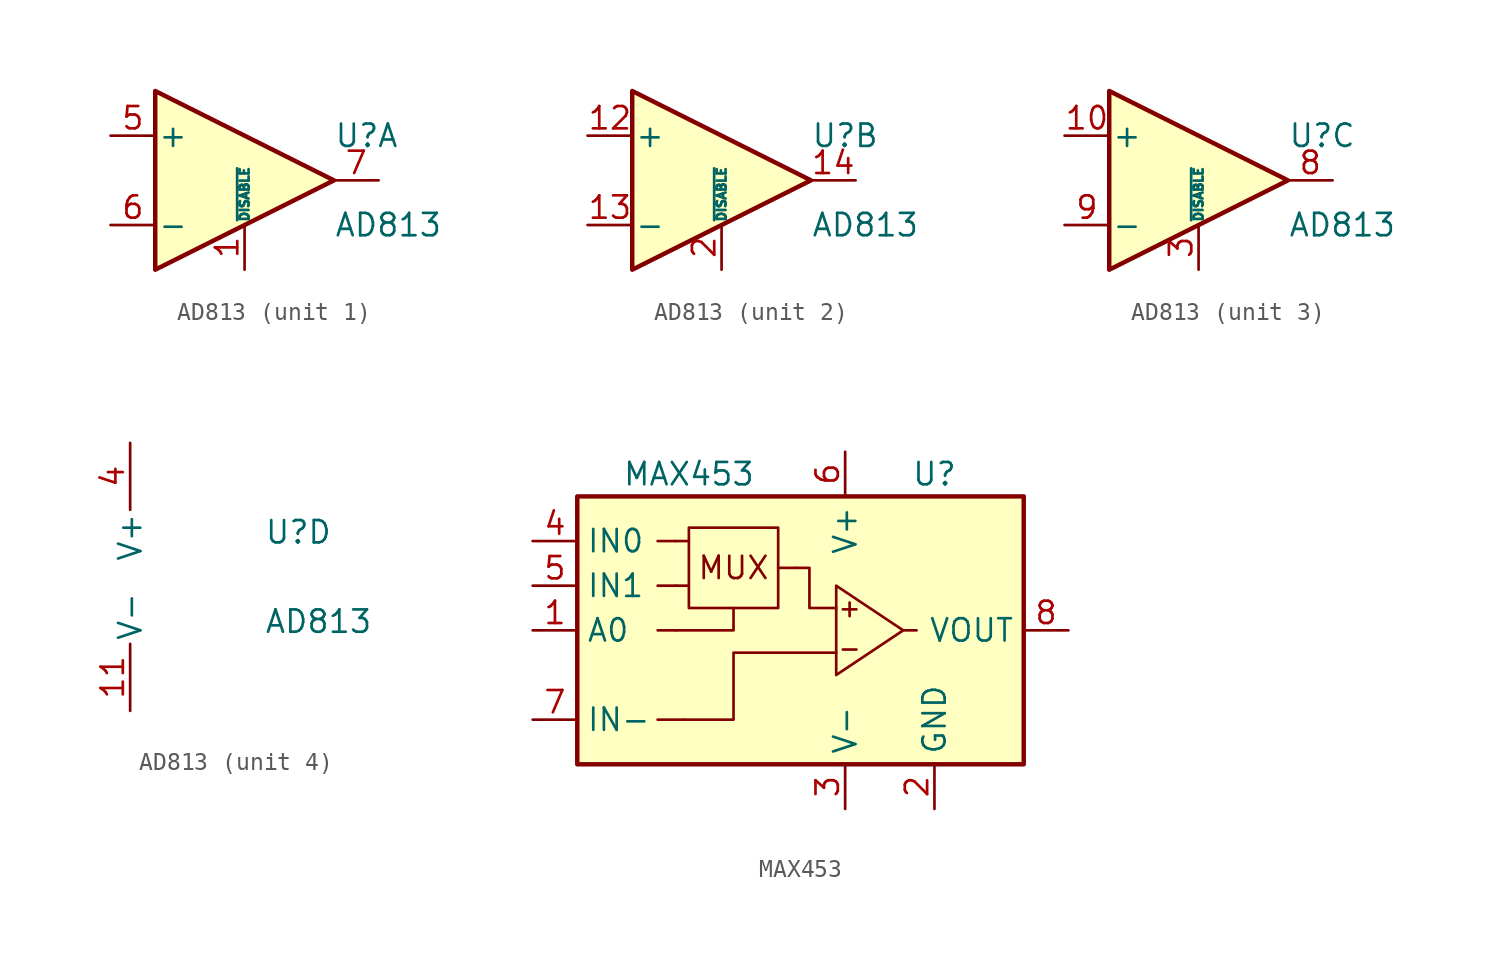
<source format=kicad_sym>
(kicad_symbol_lib
  (version 20241209)
  (generator "kicad_symbol_editor")
  (generator_version "9.0")
  (symbol "AD813"
    (pin_names
      (offset 0.127))
    (property "Reference" "U"
      (at 5.08 2.54 0)
      (effects (font (size 1.27 1.27)) (justify left)))
    (property "Value" "AD813"
      (at 5.08 -2.54 0)
      (effects (font (size 1.27 1.27)) (justify left)))
    (property "ki_locked" ""
      (at 0 0 0)
      (effects (font (size 1.27 1.27))))
    (symbol "AD813_1_1"
      (polyline (pts (xy 5.08 0) (xy -5.08 5.08) (xy -5.08 -5.08) (xy 5.08 0)) (stroke (width 0.254) (type default)) (fill (type background)))
      (pin input line (at -7.62 2.54 0) (length 2.54) (name "+" (effects (font (size 1.27 1.27)))) (number "5" (effects (font (size 1.27 1.27)))))
      (pin input line (at -7.62 -2.54 0) (length 2.54) (name "-" (effects (font (size 1.27 1.27)))) (number "6" (effects (font (size 1.27 1.27)))))
      (pin input line (at 0 -5.08 90) (length 2.54) (name "~{DISABLE}" (effects (font (size 0.508 0.508)))) (number "1" (effects (font (size 1.27 1.27)))))
      (pin output line (at 7.62 0 180) (length 2.54) (name "~" (effects (font (size 1.27 1.27)))) (number "7" (effects (font (size 1.27 1.27))))))
    (symbol "AD813_2_1"
      (polyline (pts (xy 5.08 0) (xy -5.08 5.08) (xy -5.08 -5.08) (xy 5.08 0)) (stroke (width 0.254) (type default)) (fill (type background)))
      (pin input line (at -7.62 2.54 0) (length 2.54) (name "+" (effects (font (size 1.27 1.27)))) (number "12" (effects (font (size 1.27 1.27)))))
      (pin input line (at -7.62 -2.54 0) (length 2.54) (name "-" (effects (font (size 1.27 1.27)))) (number "13" (effects (font (size 1.27 1.27)))))
      (pin input line (at 0 -5.08 90) (length 2.54) (name "~{DISABLE}" (effects (font (size 0.508 0.508)))) (number "2" (effects (font (size 1.27 1.27)))))
      (pin output line (at 7.62 0 180) (length 2.54) (name "~" (effects (font (size 1.27 1.27)))) (number "14" (effects (font (size 1.27 1.27))))))
    (symbol "AD813_3_1"
      (polyline (pts (xy 5.08 0) (xy -5.08 5.08) (xy -5.08 -5.08) (xy 5.08 0)) (stroke (width 0.254) (type default)) (fill (type background)))
      (pin input line (at -7.62 2.54 0) (length 2.54) (name "+" (effects (font (size 1.27 1.27)))) (number "10" (effects (font (size 1.27 1.27)))))
      (pin input line (at -7.62 -2.54 0) (length 2.54) (name "-" (effects (font (size 1.27 1.27)))) (number "9" (effects (font (size 1.27 1.27)))))
      (pin input line (at 0 -5.08 90) (length 2.54) (name "~{DISABLE}" (effects (font (size 0.508 0.508)))) (number "3" (effects (font (size 1.27 1.27)))))
      (pin output line (at 7.62 0 180) (length 2.54) (name "~" (effects (font (size 1.27 1.27)))) (number "8" (effects (font (size 1.27 1.27))))))
    (symbol "AD813_4_1"
      (pin power_in line (at -2.54 7.62 270) (length 3.81) (name "V+" (effects (font (size 1.27 1.27)))) (number "4" (effects (font (size 1.27 1.27)))))
      (pin power_in line (at -2.54 -7.62 90) (length 3.81) (name "V-" (effects (font (size 1.27 1.27)))) (number "11" (effects (font (size 1.27 1.27)))))))
  (symbol "MAX453"
    (property "Reference" "U"
      (at 7.62 8.89 0)
      (effects (font (size 1.27 1.27))))
    (property "Value" "MAX453"
      (at -6.35 8.89 0)
      (effects (font (size 1.27 1.27))))
    (symbol "MAX453_0_0"
      (rectangle (start -12.7 7.62) (end 12.7 -7.62) (stroke (width 0.254) (type default)) (fill (type background)))
      (rectangle (start -6.35 5.842) (end -1.27 1.27) (stroke (width 0) (type default)) (fill (type none)))
      (polyline (pts (xy -6.35 5.08) (xy -7.112 5.08)) (stroke (width 0) (type default)) (fill (type none)))
      (polyline (pts (xy -6.35 2.54) (xy -7.112 2.54)) (stroke (width 0) (type default)) (fill (type none)))
      (polyline (pts (xy -3.81 1.27) (xy -3.81 0) (xy -7.112 0)) (stroke (width 0) (type default)) (fill (type none)))
      (polyline (pts (xy -1.27 3.556) (xy -0.254 3.556)) (stroke (width 0) (type default)) (fill (type none)))
      (polyline (pts (xy 2.032 1.27) (xy 0.508 1.27) (xy 0.508 3.556) (xy -0.254 3.556)) (stroke (width 0) (type default)) (fill (type none)))
      (polyline (pts (xy 2.032 -1.27) (xy 0.508 -1.27) (xy -3.81 -1.27) (xy -3.81 -5.08) (xy -6.604 -5.08)) (stroke (width 0) (type default)) (fill (type none)))
      (polyline (pts (xy 5.842 0) (xy 2.032 2.54) (xy 2.032 -2.54) (xy 5.842 0)) (stroke (width 0) (type default)) (fill (type none)))
      (text "MUX" (at -3.81 3.556 0) (effects (font (size 1.27 1.27))))
      (text "+" (at 2.794 1.27 0) (effects (font (size 1.016 1.016))))
      (text "-" (at 2.794 -1.016 0) (effects (font (size 1.016 1.016)))))
    (symbol "MAX453_0_1"
      (polyline (pts (xy -8.128 2.54) (xy -7.112 2.54)) (stroke (width 0) (type default)) (fill (type none)))
      (polyline (pts (xy -7.112 5.08) (xy -8.128 5.08)) (stroke (width 0) (type default)) (fill (type none)))
      (polyline (pts (xy -7.112 0) (xy -8.128 0)) (stroke (width 0) (type default)) (fill (type none)))
      (polyline (pts (xy -6.604 -5.08) (xy -8.128 -5.08)) (stroke (width 0) (type default)) (fill (type none)))
      (polyline (pts (xy 5.842 0) (xy 6.604 0)) (stroke (width 0) (type default)) (fill (type none))))
    (symbol "MAX453_1_1"
      (pin input line (at -15.24 5.08 0) (length 2.54) (name "IN0" (effects (font (size 1.27 1.27)))) (number "4" (effects (font (size 1.27 1.27)))))
      (pin input line (at -15.24 2.54 0) (length 2.54) (name "IN1" (effects (font (size 1.27 1.27)))) (number "5" (effects (font (size 1.27 1.27)))))
      (pin input line (at -15.24 0 0) (length 2.54) (name "A0" (effects (font (size 1.27 1.27)))) (number "1" (effects (font (size 1.27 1.27)))))
      (pin input line (at -15.24 -5.08 0) (length 2.54) (name "IN-" (effects (font (size 1.27 1.27)))) (number "7" (effects (font (size 1.27 1.27)))))
      (pin power_in line (at 2.54 10.16 270) (length 2.54) (name "V+" (effects (font (size 1.27 1.27)))) (number "6" (effects (font (size 1.27 1.27)))))
      (pin power_in line (at 2.54 -10.16 90) (length 2.54) (name "V-" (effects (font (size 1.27 1.27)))) (number "3" (effects (font (size 1.27 1.27)))))
      (pin power_in line (at 7.62 -10.16 90) (length 2.54) (name "GND" (effects (font (size 1.27 1.27)))) (number "2" (effects (font (size 1.27 1.27)))))
      (pin output line (at 15.24 0 180) (length 2.54) (name "VOUT" (effects (font (size 1.27 1.27)))) (number "8" (effects (font (size 1.27 1.27))))))))
</source>
